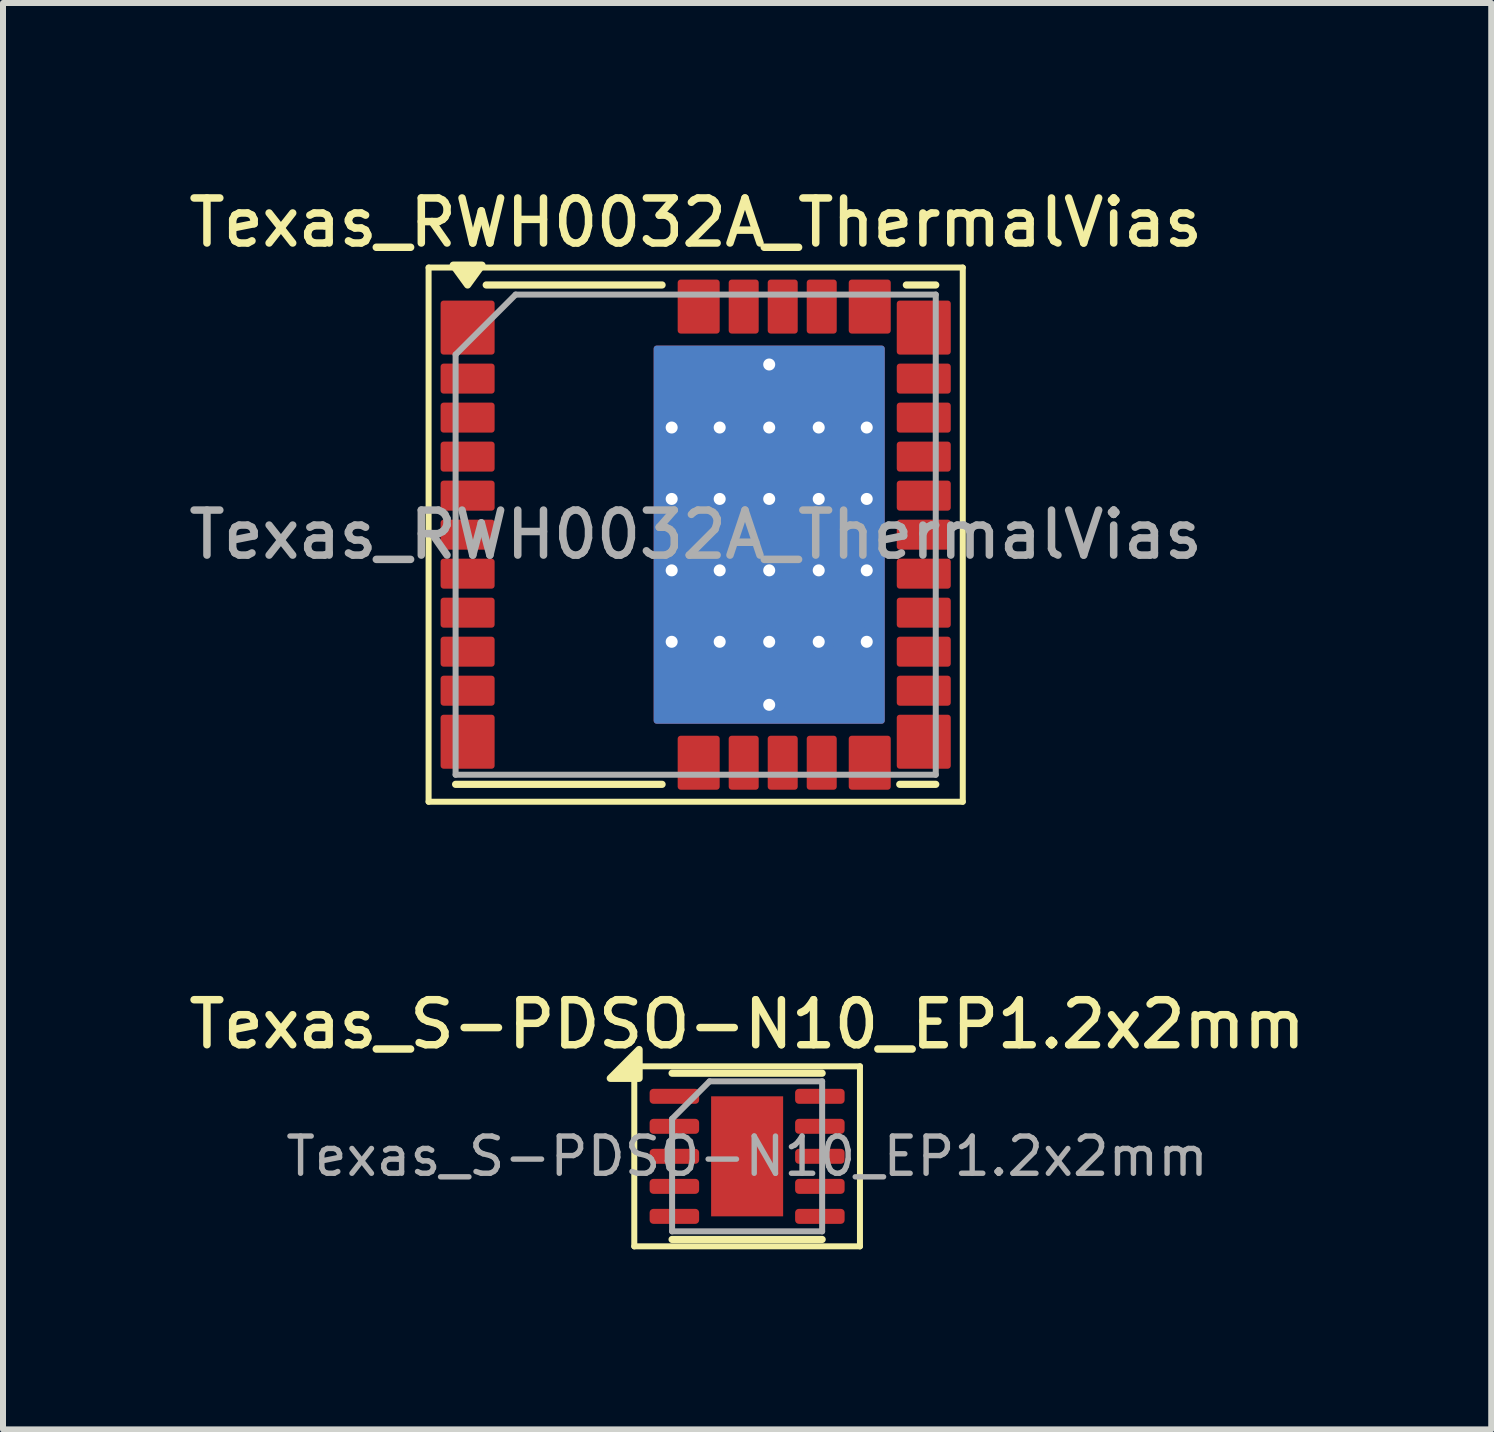
<source format=kicad_pcb>
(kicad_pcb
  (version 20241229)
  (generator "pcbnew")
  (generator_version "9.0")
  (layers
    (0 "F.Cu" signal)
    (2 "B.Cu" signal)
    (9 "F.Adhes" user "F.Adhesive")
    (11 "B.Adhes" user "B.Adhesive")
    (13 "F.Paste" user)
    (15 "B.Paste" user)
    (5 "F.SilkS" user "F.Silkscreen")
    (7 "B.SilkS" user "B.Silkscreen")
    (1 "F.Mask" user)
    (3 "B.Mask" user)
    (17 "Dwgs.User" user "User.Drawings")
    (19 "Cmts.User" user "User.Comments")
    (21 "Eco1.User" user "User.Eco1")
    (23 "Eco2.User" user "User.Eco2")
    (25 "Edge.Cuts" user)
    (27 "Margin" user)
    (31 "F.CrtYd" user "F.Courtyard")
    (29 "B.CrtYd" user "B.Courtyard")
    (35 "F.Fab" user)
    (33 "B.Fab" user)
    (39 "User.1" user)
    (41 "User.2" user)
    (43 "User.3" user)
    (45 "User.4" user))
  (footprint "Texas_RWH0032A_ThermalVias"
    (layer "F.Cu")
    (at 8.541 5.858)
    (property "Reference" "Texas_RWH0032A_ThermalVias" (at 0 -5.2 0) (layer "F.SilkS") (effects (font (size 0.75 0.75) (thickness 0.125))))
    (attr smd)
    (fp_line (start -4.45 -4.45) (end 4.45 -4.45) (stroke (width 0.1) (type solid)) (layer "F.SilkS"))
    (fp_line (start -4.45 4.45) (end -4.45 -4.45) (stroke (width 0.1) (type solid)) (layer "F.SilkS"))
    (fp_line (start -3.49 -4.16) (end -0.56 -4.16) (stroke (width 0.12) (type solid)) (layer "F.SilkS"))
    (fp_line (start -0.56 4.16) (end -4 4.16) (stroke (width 0.12) (type solid)) (layer "F.SilkS"))
    (fp_line (start 3.51 -4.16) (end 4 -4.16) (stroke (width 0.12) (type solid)) (layer "F.SilkS"))
    (fp_line (start 4 4.16) (end 3.4 4.16) (stroke (width 0.12) (type solid)) (layer "F.SilkS"))
    (fp_line (start 4.45 -4.45) (end 4.45 4.45) (stroke (width 0.1) (type solid)) (layer "F.SilkS"))
    (fp_line (start 4.45 4.45) (end -4.45 4.45) (stroke (width 0.1) (type solid)) (layer "F.SilkS"))
    (fp_poly (pts (xy -3.8 -4.16) (xy -4.04 -4.49) (xy -3.56 -4.49) (xy -3.8 -4.16)) (stroke (width 0.12) (type solid)) (fill yes) (layer "F.SilkS"))
    (fp_line (start -4 4) (end -4 -3) (stroke (width 0.1) (type solid)) (layer "F.Fab"))
    (fp_line (start -3 -4) (end -4 -3) (stroke (width 0.1) (type solid)) (layer "F.Fab"))
    (fp_line (start -3 -4) (end 4 -4) (stroke (width 0.1) (type solid)) (layer "F.Fab"))
    (fp_line (start 4 -4) (end 4 4) (stroke (width 0.1) (type solid)) (layer "F.Fab"))
    (fp_line (start 4 4) (end -4 4) (stroke (width 0.1) (type solid)) (layer "F.Fab"))
    (fp_text user "${REFERENCE}" (at 0 0 0) (layer "F.Fab") (effects (font (size 0.75 0.75) (thickness 0.125))))
    (pad "" smd roundrect (at -3.8 -2.6) (size 0.76 0.4) (layers "F.Paste") (roundrect_rratio 0.125))
    (pad "" smd roundrect (at -3.8 -1.95) (size 0.76 0.4) (layers "F.Paste") (roundrect_rratio 0.125))
    (pad "" smd roundrect (at -3.8 -1.3) (size 0.76 0.4) (layers "F.Paste") (roundrect_rratio 0.125))
    (pad "" smd roundrect (at -3.8 -0.65) (size 0.76 0.4) (layers "F.Paste") (roundrect_rratio 0.125))
    (pad "" smd roundrect (at -3.8 0) (size 0.76 0.4) (layers "F.Paste") (roundrect_rratio 0.125))
    (pad "" smd roundrect (at -3.8 0.65) (size 0.76 0.4) (layers "F.Paste") (roundrect_rratio 0.125))
    (pad "" smd roundrect (at -3.8 1.3) (size 0.76 0.4) (layers "F.Paste") (roundrect_rratio 0.125))
    (pad "" smd roundrect (at -3.8 1.95) (size 0.76 0.4) (layers "F.Paste") (roundrect_rratio 0.125))
    (pad "" smd roundrect (at -3.8 2.6) (size 0.76 0.4) (layers "F.Paste") (roundrect_rratio 0.125))
    (pad "" smd roundrect (at 0.05 -3.8) (size 0.6 0.76) (layers "F.Paste") (roundrect_rratio 0.084))
    (pad "" smd roundrect (at 0.05 3.8) (size 0.6 0.76) (layers "F.Paste") (roundrect_rratio 0.084))
    (pad "" smd roundrect (at 0.325 -2.38) (size 1.6 0.99) (layers "F.Paste") (roundrect_rratio 0.051))
    (pad "" smd roundrect (at 0.325 -1.19) (size 1.6 0.99) (layers "F.Paste") (roundrect_rratio 0.051))
    (pad "" smd roundrect (at 0.325 0) (size 1.6 0.99) (layers "F.Paste") (roundrect_rratio 0.051))
    (pad "" smd roundrect (at 0.325 1.19) (size 1.6 0.99) (layers "F.Paste") (roundrect_rratio 0.051))
    (pad "" smd roundrect (at 0.325 2.38) (size 1.6 0.99) (layers "F.Paste") (roundrect_rratio 0.051))
    (pad "" smd roundrect (at 0.8 -3.8) (size 0.4 0.76) (layers "F.Paste") (roundrect_rratio 0.125))
    (pad "" smd roundrect (at 0.8 3.8) (size 0.4 0.76) (layers "F.Paste") (roundrect_rratio 0.125))
    (pad "" smd roundrect (at 1.45 -3.8) (size 0.4 0.76) (layers "F.Paste") (roundrect_rratio 0.125))
    (pad "" smd roundrect (at 1.45 3.8) (size 0.4 0.76) (layers "F.Paste") (roundrect_rratio 0.125))
    (pad "" smd roundrect (at 2.1 -3.8) (size 0.4 0.76) (layers "F.Paste") (roundrect_rratio 0.125))
    (pad "" smd roundrect (at 2.1 3.8) (size 0.4 0.76) (layers "F.Paste") (roundrect_rratio 0.125))
    (pad "" smd roundrect (at 2.125 -2.38) (size 1.6 0.99) (layers "F.Paste") (roundrect_rratio 0.051))
    (pad "" smd roundrect (at 2.125 -1.19) (size 1.6 0.99) (layers "F.Paste") (roundrect_rratio 0.051))
    (pad "" smd roundrect (at 2.125 0) (size 1.6 0.99) (layers "F.Paste") (roundrect_rratio 0.051))
    (pad "" smd roundrect (at 2.125 1.19) (size 1.6 0.99) (layers "F.Paste") (roundrect_rratio 0.051))
    (pad "" smd roundrect (at 2.125 2.38) (size 1.6 0.99) (layers "F.Paste") (roundrect_rratio 0.051))
    (pad "" smd roundrect (at 2.9 -3.8) (size 0.6 0.76) (layers "F.Paste") (roundrect_rratio 0.084))
    (pad "" smd roundrect (at 2.9 3.8) (size 0.6 0.76) (layers "F.Paste") (roundrect_rratio 0.084))
    (pad "" smd roundrect (at 3.8 -2.6) (size 0.76 0.4) (layers "F.Paste") (roundrect_rratio 0.125))
    (pad "" smd roundrect (at 3.8 -1.95) (size 0.76 0.4) (layers "F.Paste") (roundrect_rratio 0.125))
    (pad "" smd roundrect (at 3.8 -1.3) (size 0.76 0.4) (layers "F.Paste") (roundrect_rratio 0.125))
    (pad "" smd roundrect (at 3.8 -0.65) (size 0.76 0.4) (layers "F.Paste") (roundrect_rratio 0.125))
    (pad "" smd roundrect (at 3.8 0) (size 0.76 0.4) (layers "F.Paste") (roundrect_rratio 0.125))
    (pad "" smd roundrect (at 3.8 0.65) (size 0.76 0.4) (layers "F.Paste") (roundrect_rratio 0.125))
    (pad "" smd roundrect (at 3.8 1.3) (size 0.76 0.4) (layers "F.Paste") (roundrect_rratio 0.125))
    (pad "" smd roundrect (at 3.8 1.95) (size 0.76 0.4) (layers "F.Paste") (roundrect_rratio 0.125))
    (pad "" smd roundrect (at 3.8 2.6) (size 0.76 0.4) (layers "F.Paste") (roundrect_rratio 0.125))
    (pad "1" smd roundrect (at -3.8 -3.45) (size 0.9 0.9) (layers "F.Cu" "F.Mask" "F.Paste") (roundrect_rratio 0.055))
    (pad "2" smd roundrect (at -3.8 -2.6) (size 0.9 0.5) (layers "F.Cu" "F.Mask") (roundrect_rratio 0.1))
    (pad "3" smd roundrect (at -3.8 -1.95) (size 0.9 0.5) (layers "F.Cu" "F.Mask") (roundrect_rratio 0.1))
    (pad "4" smd roundrect (at -3.8 -1.3) (size 0.9 0.5) (layers "F.Cu" "F.Mask") (roundrect_rratio 0.1))
    (pad "5" smd roundrect (at -3.8 -0.65) (size 0.9 0.5) (layers "F.Cu" "F.Mask") (roundrect_rratio 0.1))
    (pad "6" smd roundrect (at -3.8 0) (size 0.9 0.5) (layers "F.Cu" "F.Mask") (roundrect_rratio 0.1))
    (pad "7" smd roundrect (at -3.8 0.65) (size 0.9 0.5) (layers "F.Cu" "F.Mask") (roundrect_rratio 0.1))
    (pad "8" smd roundrect (at -3.8 1.3) (size 0.9 0.5) (layers "F.Cu" "F.Mask") (roundrect_rratio 0.1))
    (pad "9" smd roundrect (at -3.8 1.95) (size 0.9 0.5) (layers "F.Cu" "F.Mask") (roundrect_rratio 0.1))
    (pad "10" smd roundrect (at -3.8 2.6) (size 0.9 0.5) (layers "F.Cu" "F.Mask") (roundrect_rratio 0.1))
    (pad "11" smd roundrect (at -3.8 3.45) (size 0.9 0.9) (layers "F.Cu" "F.Mask" "F.Paste") (roundrect_rratio 0.055))
    (pad "12" smd roundrect (at 0.05 3.8) (size 0.7 0.9) (layers "F.Cu" "F.Mask") (roundrect_rratio 0.072))
    (pad "13" smd roundrect (at 0.8 3.8) (size 0.5 0.9) (layers "F.Cu" "F.Mask") (roundrect_rratio 0.1))
    (pad "14" smd roundrect (at 1.45 3.8) (size 0.5 0.9) (layers "F.Cu" "F.Mask") (roundrect_rratio 0.1))
    (pad "15" smd roundrect (at 2.1 3.8) (size 0.5 0.9) (layers "F.Cu" "F.Mask") (roundrect_rratio 0.1))
    (pad "16" smd roundrect (at 2.9 3.8) (size 0.7 0.9) (layers "F.Cu" "F.Mask") (roundrect_rratio 0.072))
    (pad "17" smd roundrect (at 3.8 3.45) (size 0.9 0.9) (layers "F.Cu" "F.Mask" "F.Paste") (roundrect_rratio 0.055))
    (pad "18" smd roundrect (at 3.8 2.6) (size 0.9 0.5) (layers "F.Cu" "F.Mask") (roundrect_rratio 0.1))
    (pad "19" smd roundrect (at 3.8 1.95) (size 0.9 0.5) (layers "F.Cu" "F.Mask") (roundrect_rratio 0.1))
    (pad "20" smd roundrect (at 3.8 1.3) (size 0.9 0.5) (layers "F.Cu" "F.Mask") (roundrect_rratio 0.1))
    (pad "21" smd roundrect (at 3.8 0.65) (size 0.9 0.5) (layers "F.Cu" "F.Mask") (roundrect_rratio 0.1))
    (pad "22" smd roundrect (at 3.8 0) (size 0.9 0.5) (layers "F.Cu" "F.Mask") (roundrect_rratio 0.1))
    (pad "23" smd roundrect (at 3.8 -0.65) (size 0.9 0.5) (layers "F.Cu" "F.Mask") (roundrect_rratio 0.1))
    (pad "24" smd roundrect (at 3.8 -1.3) (size 0.9 0.5) (layers "F.Cu" "F.Mask") (roundrect_rratio 0.1))
    (pad "25" smd roundrect (at 3.8 -1.95) (size 0.9 0.5) (layers "F.Cu" "F.Mask") (roundrect_rratio 0.1))
    (pad "26" smd roundrect (at 3.8 -2.6) (size 0.9 0.5) (layers "F.Cu" "F.Mask") (roundrect_rratio 0.1))
    (pad "27" smd roundrect (at 3.8 -3.45) (size 0.9 0.9) (layers "F.Cu" "F.Mask" "F.Paste") (roundrect_rratio 0.055))
    (pad "28" smd roundrect (at 2.9 -3.8) (size 0.7 0.9) (layers "F.Cu" "F.Mask") (roundrect_rratio 0.072))
    (pad "29" smd roundrect (at 2.1 -3.8) (size 0.5 0.9) (layers "F.Cu" "F.Mask") (roundrect_rratio 0.1))
    (pad "30" smd roundrect (at 1.45 -3.8) (size 0.5 0.9) (layers "F.Cu" "F.Mask") (roundrect_rratio 0.1))
    (pad "31" smd roundrect (at 0.8 -3.8) (size 0.5 0.9) (layers "F.Cu" "F.Mask") (roundrect_rratio 0.1))
    (pad "32" smd roundrect (at 0.05 -3.8) (size 0.7 0.9) (layers "F.Cu" "F.Mask") (roundrect_rratio 0.072))
    (pad "33" thru_hole circle (at -0.4 -1.785) (size 0.5 0.5) (drill 0.2) (layers "*.Cu"))
    (pad "33" thru_hole circle (at -0.4 -0.595) (size 0.5 0.5) (drill 0.2) (layers "*.Cu"))
    (pad "33" thru_hole circle (at -0.4 0.595) (size 0.5 0.5) (drill 0.2) (layers "*.Cu"))
    (pad "33" thru_hole circle (at -0.4 1.785) (size 0.5 0.5) (drill 0.2) (layers "*.Cu"))
    (pad "33" thru_hole circle (at 0.4 -1.785) (size 0.5 0.5) (drill 0.2) (layers "*.Cu"))
    (pad "33" thru_hole circle (at 0.4 -0.595) (size 0.5 0.5) (drill 0.2) (layers "*.Cu"))
    (pad "33" thru_hole circle (at 0.4 0.595) (size 0.5 0.5) (drill 0.2) (layers "*.Cu"))
    (pad "33" thru_hole circle (at 0.4 1.785) (size 0.5 0.5) (drill 0.2) (layers "*.Cu"))
    (pad "33" thru_hole circle (at 1.225 -2.835) (size 0.5 0.5) (drill 0.2) (layers "*.Cu"))
    (pad "33" thru_hole circle (at 1.225 -1.785) (size 0.5 0.5) (drill 0.2) (layers "*.Cu"))
    (pad "33" thru_hole circle (at 1.225 -0.595) (size 0.5 0.5) (drill 0.2) (layers "*.Cu"))
    (pad "33" smd roundrect (at 1.225 0) (size 3.85 6.3) (layers "F.Cu" "F.Mask") (roundrect_rratio 0.013))
    (pad "33" smd roundrect (at 1.225 0) (size 3.85 6.3) (layers "B.Cu") (roundrect_rratio 0.013))
    (pad "33" thru_hole circle (at 1.225 0.595) (size 0.5 0.5) (drill 0.2) (layers "*.Cu"))
    (pad "33" thru_hole circle (at 1.225 1.785) (size 0.5 0.5) (drill 0.2) (layers "*.Cu"))
    (pad "33" thru_hole circle (at 1.225 2.835) (size 0.5 0.5) (drill 0.2) (layers "*.Cu"))
    (pad "33" thru_hole circle (at 2.05 -1.785) (size 0.5 0.5) (drill 0.2) (layers "*.Cu"))
    (pad "33" thru_hole circle (at 2.05 -0.595) (size 0.5 0.5) (drill 0.2) (layers "*.Cu"))
    (pad "33" thru_hole circle (at 2.05 0.595) (size 0.5 0.5) (drill 0.2) (layers "*.Cu"))
    (pad "33" thru_hole circle (at 2.05 1.785) (size 0.5 0.5) (drill 0.2) (layers "*.Cu"))
    (pad "33" thru_hole circle (at 2.85 -1.785) (size 0.5 0.5) (drill 0.2) (layers "*.Cu"))
    (pad "33" thru_hole circle (at 2.85 -0.595) (size 0.5 0.5) (drill 0.2) (layers "*.Cu"))
    (pad "33" thru_hole circle (at 2.85 0.595) (size 0.5 0.5) (drill 0.2) (layers "*.Cu"))
    (pad "33" thru_hole circle (at 2.85 1.785) (size 0.5 0.5) (drill 0.2) (layers "*.Cu")))
  (footprint "Texas_S-PDSO-N10_EP1.2x2mm"
    (layer "F.Cu")
    (at 9.398 16.216)
    (property "Reference" "Texas_S-PDSO-N10_EP1.2x2mm" (at 0 -2.2 0) (layer "F.SilkS") (effects (font (size 0.75 0.75) (thickness 0.125))))
    (attr smd)
    (fp_line (start -1.88 -1.5) (end -1.88 1.5) (stroke (width 0.1) (type solid)) (layer "F.SilkS"))
    (fp_line (start -1.88 1.5) (end 1.88 1.5) (stroke (width 0.1) (type solid)) (layer "F.SilkS"))
    (fp_line (start -1.25 -1.385) (end 1.25 -1.385) (stroke (width 0.12) (type solid)) (layer "F.SilkS"))
    (fp_line (start -1.25 1.385) (end 1.25 1.385) (stroke (width 0.12) (type solid)) (layer "F.SilkS"))
    (fp_line (start 1.88 -1.5) (end -1.88 -1.5) (stroke (width 0.1) (type solid)) (layer "F.SilkS"))
    (fp_line (start 1.88 1.5) (end 1.88 -1.5) (stroke (width 0.1) (type solid)) (layer "F.SilkS"))
    (fp_poly (pts (xy -1.8 -1.3) (xy -2.28 -1.3) (xy -1.8 -1.78) (xy -1.8 -1.3)) (stroke (width 0.12) (type solid)) (fill yes) (layer "F.SilkS"))
    (fp_line (start -1.25 -0.625) (end -0.625 -1.25) (stroke (width 0.1) (type solid)) (layer "F.Fab"))
    (fp_line (start -1.25 1.25) (end -1.25 -0.625) (stroke (width 0.1) (type solid)) (layer "F.Fab"))
    (fp_line (start -0.625 -1.25) (end 1.25 -1.25) (stroke (width 0.1) (type solid)) (layer "F.Fab"))
    (fp_line (start 1.25 -1.25) (end 1.25 1.25) (stroke (width 0.1) (type solid)) (layer "F.Fab"))
    (fp_line (start 1.25 1.25) (end -1.25 1.25) (stroke (width 0.1) (type solid)) (layer "F.Fab"))
    (fp_text user "${REFERENCE}" (at 0 0 0) (layer "F.Fab") (effects (font (size 0.62 0.62) (thickness 0.09))))
    (pad "" smd roundrect (at -0.3 -0.5) (size 0.48 0.81) (layers "F.Paste") (roundrect_rratio 0.25))
    (pad "" smd roundrect (at -0.3 0.5) (size 0.48 0.81) (layers "F.Paste") (roundrect_rratio 0.25))
    (pad "" smd roundrect (at 0.3 -0.5) (size 0.48 0.81) (layers "F.Paste") (roundrect_rratio 0.25))
    (pad "" smd roundrect (at 0.3 0.5) (size 0.48 0.81) (layers "F.Paste") (roundrect_rratio 0.25))
    (pad "1" smd roundrect (at -1.212 -1) (size 0.825 0.25) (layers "F.Cu" "F.Mask" "F.Paste") (roundrect_rratio 0.25))
    (pad "2" smd roundrect (at -1.212 -0.5) (size 0.825 0.25) (layers "F.Cu" "F.Mask" "F.Paste") (roundrect_rratio 0.25))
    (pad "3" smd roundrect (at -1.212 0) (size 0.825 0.25) (layers "F.Cu" "F.Mask" "F.Paste") (roundrect_rratio 0.25))
    (pad "4" smd roundrect (at -1.212 0.5) (size 0.825 0.25) (layers "F.Cu" "F.Mask" "F.Paste") (roundrect_rratio 0.25))
    (pad "5" smd roundrect (at -1.212 1) (size 0.825 0.25) (layers "F.Cu" "F.Mask" "F.Paste") (roundrect_rratio 0.25))
    (pad "6" smd roundrect (at 1.212 1) (size 0.825 0.25) (layers "F.Cu" "F.Mask" "F.Paste") (roundrect_rratio 0.25))
    (pad "7" smd roundrect (at 1.212 0.5) (size 0.825 0.25) (layers "F.Cu" "F.Mask" "F.Paste") (roundrect_rratio 0.25))
    (pad "8" smd roundrect (at 1.212 0) (size 0.825 0.25) (layers "F.Cu" "F.Mask" "F.Paste") (roundrect_rratio 0.25))
    (pad "9" smd roundrect (at 1.212 -0.5) (size 0.825 0.25) (layers "F.Cu" "F.Mask" "F.Paste") (roundrect_rratio 0.25))
    (pad "10" smd roundrect (at 1.212 -1) (size 0.825 0.25) (layers "F.Cu" "F.Mask" "F.Paste") (roundrect_rratio 0.25))
    (pad "11" smd rect (at 0 0) (size 1.2 2) (property pad_prop_heatsink) (layers "F.Cu" "F.Mask")))
  (gr_rect
    (start -3 -3)
    (end 21.796 20.766)
    (stroke (width 0.1) (type default))
    (fill no)
    (layer "Edge.Cuts")))
</source>
